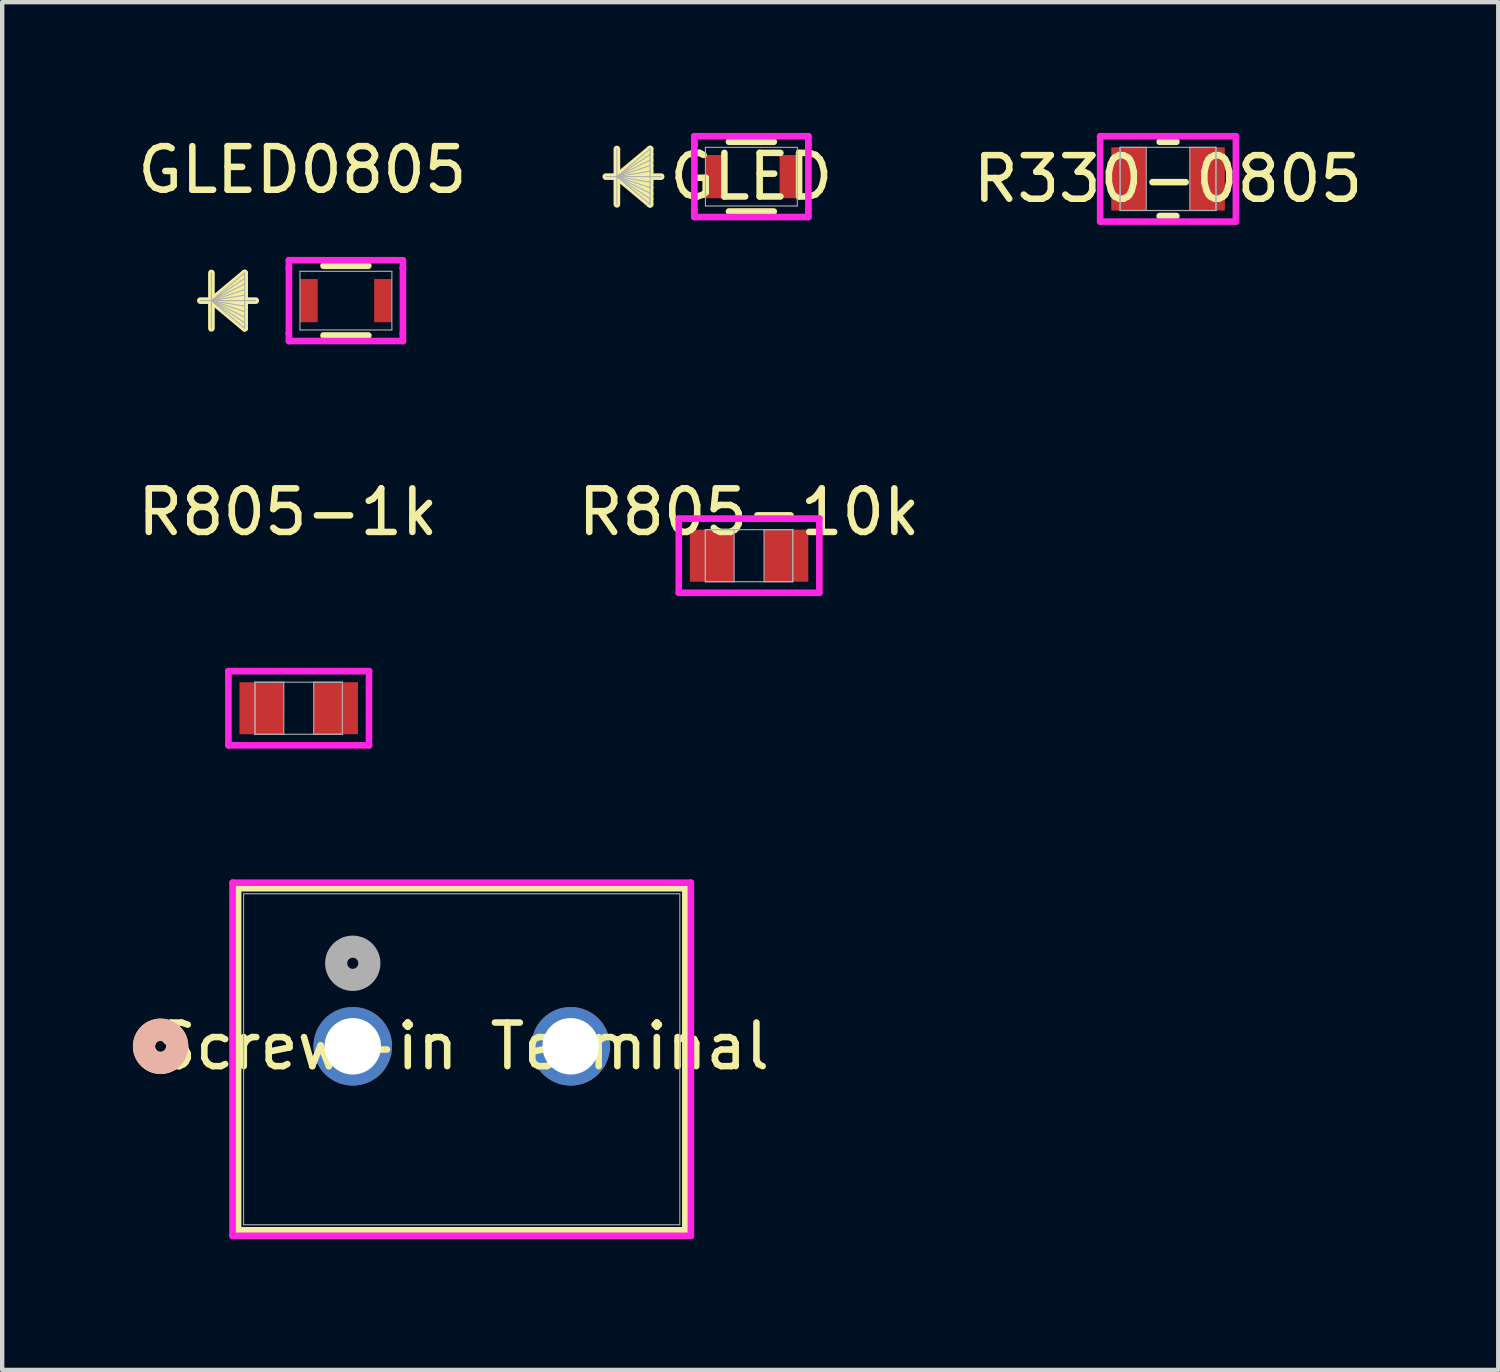
<source format=kicad_pcb>
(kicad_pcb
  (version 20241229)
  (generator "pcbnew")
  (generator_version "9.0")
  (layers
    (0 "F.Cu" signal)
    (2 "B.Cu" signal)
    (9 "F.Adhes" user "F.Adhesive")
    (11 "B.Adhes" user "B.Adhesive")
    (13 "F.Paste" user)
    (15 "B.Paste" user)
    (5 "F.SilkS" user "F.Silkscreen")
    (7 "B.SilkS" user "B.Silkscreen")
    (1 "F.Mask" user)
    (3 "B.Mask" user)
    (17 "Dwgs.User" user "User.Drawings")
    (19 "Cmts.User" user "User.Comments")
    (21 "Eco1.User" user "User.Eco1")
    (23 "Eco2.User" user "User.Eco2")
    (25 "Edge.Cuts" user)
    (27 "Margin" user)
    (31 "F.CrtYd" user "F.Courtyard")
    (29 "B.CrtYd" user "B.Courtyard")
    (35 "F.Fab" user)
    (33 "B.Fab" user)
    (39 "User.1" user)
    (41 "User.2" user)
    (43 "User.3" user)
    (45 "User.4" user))
  (footprint "GLED"
    (layer "F.Cu")
    (at 14.19 1.003)
    (property "Reference" "GLED" (at 0 0 0) (unlocked yes) (layer "F.SilkS") (effects (font (size 1 1) (thickness 0.15))))
    (attr smd)
    (fp_line (start -3.086 -0.635) (end -3.086 0.635) (stroke (width 0.152) (type solid)) (layer "F.SilkS"))
    (fp_line (start -3.086 0) (end -2.324 -0.635) (stroke (width 0.152) (type solid)) (layer "F.SilkS"))
    (fp_line (start -3.086 0) (end -2.324 -0.508) (stroke (width 0.152) (type solid)) (layer "F.SilkS"))
    (fp_line (start -3.086 0) (end -2.324 -0.381) (stroke (width 0.152) (type solid)) (layer "F.SilkS"))
    (fp_line (start -3.086 0) (end -2.324 -0.254) (stroke (width 0.152) (type solid)) (layer "F.SilkS"))
    (fp_line (start -3.086 0) (end -2.324 -0.127) (stroke (width 0.152) (type solid)) (layer "F.SilkS"))
    (fp_line (start -3.086 0) (end -2.324 0.127) (stroke (width 0.152) (type solid)) (layer "F.SilkS"))
    (fp_line (start -3.086 0) (end -2.324 0.254) (stroke (width 0.152) (type solid)) (layer "F.SilkS"))
    (fp_line (start -3.086 0) (end -2.324 0.381) (stroke (width 0.152) (type solid)) (layer "F.SilkS"))
    (fp_line (start -3.086 0) (end -2.324 0.508) (stroke (width 0.152) (type solid)) (layer "F.SilkS"))
    (fp_line (start -3.086 0) (end -2.324 0.635) (stroke (width 0.152) (type solid)) (layer "F.SilkS"))
    (fp_line (start -2.324 -0.635) (end -2.324 0.635) (stroke (width 0.152) (type solid)) (layer "F.SilkS"))
    (fp_line (start -2.07 0) (end -3.34 0) (stroke (width 0.152) (type solid)) (layer "F.SilkS"))
    (fp_line (start -0.514 0.8) (end 0.514 0.8) (stroke (width 0.152) (type solid)) (layer "F.SilkS"))
    (fp_line (start 0.514 -0.8) (end -0.514 -0.8) (stroke (width 0.152) (type solid)) (layer "F.SilkS"))
    (fp_line (start -1.308 -0.927) (end 1.308 -0.927) (stroke (width 0.152) (type solid)) (layer "F.CrtYd"))
    (fp_line (start -1.308 -0.749) (end -1.308 -0.927) (stroke (width 0.152) (type solid)) (layer "F.CrtYd"))
    (fp_line (start -1.308 -0.749) (end -1.308 -0.749) (stroke (width 0.152) (type solid)) (layer "F.CrtYd"))
    (fp_line (start -1.308 0.749) (end -1.308 -0.749) (stroke (width 0.152) (type solid)) (layer "F.CrtYd"))
    (fp_line (start -1.308 0.749) (end -1.308 0.749) (stroke (width 0.152) (type solid)) (layer "F.CrtYd"))
    (fp_line (start -1.308 0.927) (end -1.308 0.749) (stroke (width 0.152) (type solid)) (layer "F.CrtYd"))
    (fp_line (start 1.308 -0.927) (end 1.308 -0.749) (stroke (width 0.152) (type solid)) (layer "F.CrtYd"))
    (fp_line (start 1.308 -0.749) (end 1.308 -0.749) (stroke (width 0.152) (type solid)) (layer "F.CrtYd"))
    (fp_line (start 1.308 -0.749) (end 1.308 0.749) (stroke (width 0.152) (type solid)) (layer "F.CrtYd"))
    (fp_line (start 1.308 0.749) (end 1.308 0.749) (stroke (width 0.152) (type solid)) (layer "F.CrtYd"))
    (fp_line (start 1.308 0.749) (end 1.308 0.927) (stroke (width 0.152) (type solid)) (layer "F.CrtYd"))
    (fp_line (start 1.308 0.927) (end -1.308 0.927) (stroke (width 0.152) (type solid)) (layer "F.CrtYd"))
    (fp_line (start -3.086 -0.635) (end -3.086 0.635) (stroke (width 0.025) (type solid)) (layer "F.Fab"))
    (fp_line (start -3.086 0) (end -2.324 -0.635) (stroke (width 0.025) (type solid)) (layer "F.Fab"))
    (fp_line (start -3.086 0) (end -2.324 -0.508) (stroke (width 0.025) (type solid)) (layer "F.Fab"))
    (fp_line (start -3.086 0) (end -2.324 -0.381) (stroke (width 0.025) (type solid)) (layer "F.Fab"))
    (fp_line (start -3.086 0) (end -2.324 -0.254) (stroke (width 0.025) (type solid)) (layer "F.Fab"))
    (fp_line (start -3.086 0) (end -2.324 -0.127) (stroke (width 0.025) (type solid)) (layer "F.Fab"))
    (fp_line (start -3.086 0) (end -2.324 0.127) (stroke (width 0.025) (type solid)) (layer "F.Fab"))
    (fp_line (start -3.086 0) (end -2.324 0.254) (stroke (width 0.025) (type solid)) (layer "F.Fab"))
    (fp_line (start -3.086 0) (end -2.324 0.381) (stroke (width 0.025) (type solid)) (layer "F.Fab"))
    (fp_line (start -3.086 0) (end -2.324 0.508) (stroke (width 0.025) (type solid)) (layer "F.Fab"))
    (fp_line (start -3.086 0) (end -2.324 0.635) (stroke (width 0.025) (type solid)) (layer "F.Fab"))
    (fp_line (start -2.324 -0.635) (end -2.324 0.635) (stroke (width 0.025) (type solid)) (layer "F.Fab"))
    (fp_line (start -2.07 0) (end -3.34 0) (stroke (width 0.025) (type solid)) (layer "F.Fab"))
    (fp_line (start -1.054 -0.673) (end -1.054 0.673) (stroke (width 0.025) (type solid)) (layer "F.Fab"))
    (fp_line (start -1.054 0.673) (end 1.054 0.673) (stroke (width 0.025) (type solid)) (layer "F.Fab"))
    (fp_line (start 1.054 -0.673) (end -1.054 -0.673) (stroke (width 0.025) (type solid)) (layer "F.Fab"))
    (fp_line (start 1.054 0.673) (end 1.054 -0.673) (stroke (width 0.025) (type solid)) (layer "F.Fab"))
    (pad "1" smd rect (at -0.851 0) (size 0.406 0.991) (layers "F.Cu" "F.Mask" "F.Paste"))
    (pad "2" smd rect (at 0.851 0) (size 0.406 0.991) (layers "F.Cu" "F.Mask" "F.Paste"))
    (zone (net_name "") (layer "F.Cu") (hatch full 0.508) (connect_pads) (min_thickness 0.254) (filled_areas_thickness no) (keepout (tracks not_allowed) (vias not_allowed) (pads allowed) (copperpour not_allowed) (footprints allowed)) (placement (enabled no)) (fill) (polygon (pts (xy 13.593 0.381) (xy 14.787 0.381) (xy 14.787 1.626) (xy 13.593 1.626)))))
  (footprint "Screw-in Terminal"
    (layer "F.Cu")
    (at 5.044 20.957)
    (property "Reference" "Screw-in Terminal" (at 2.5 0 0) (unlocked yes) (layer "F.SilkS") (effects (font (size 1 1) (thickness 0.15))))
    (attr through_hole)
    (fp_line (start -2.631 -3.627) (end -2.631 4.222) (stroke (width 0.152) (type solid)) (layer "F.SilkS"))
    (fp_line (start -2.631 4.222) (end 7.631 4.222) (stroke (width 0.152) (type solid)) (layer "F.SilkS"))
    (fp_line (start 7.631 -3.627) (end -2.631 -3.627) (stroke (width 0.152) (type solid)) (layer "F.SilkS"))
    (fp_line (start 7.631 4.222) (end 7.631 -3.627) (stroke (width 0.152) (type solid)) (layer "F.SilkS"))
    (fp_circle (center -4.409 0) (end -4.028 0) (stroke (width 0.508) (type solid)) (fill no) (layer "F.SilkS"))
    (fp_circle (center -4.409 0) (end -4.028 0) (stroke (width 0.508) (type solid)) (fill no) (layer "B.SilkS"))
    (fp_line (start -2.758 -3.754) (end -2.758 4.349) (stroke (width 0.152) (type solid)) (layer "F.CrtYd"))
    (fp_line (start -2.758 4.349) (end 7.758 4.349) (stroke (width 0.152) (type solid)) (layer "F.CrtYd"))
    (fp_line (start 7.758 -3.754) (end -2.758 -3.754) (stroke (width 0.152) (type solid)) (layer "F.CrtYd"))
    (fp_line (start 7.758 4.349) (end 7.758 -3.754) (stroke (width 0.152) (type solid)) (layer "F.CrtYd"))
    (fp_line (start -2.504 -3.5) (end -2.504 4.095) (stroke (width 0.025) (type solid)) (layer "F.Fab"))
    (fp_line (start -2.504 4.095) (end 7.504 4.095) (stroke (width 0.025) (type solid)) (layer "F.Fab"))
    (fp_line (start 7.504 -3.5) (end -2.504 -3.5) (stroke (width 0.025) (type solid)) (layer "F.Fab"))
    (fp_line (start 7.504 4.095) (end 7.504 -3.5) (stroke (width 0.025) (type solid)) (layer "F.Fab"))
    (fp_circle (center 0 -1.905) (end 0.381 -1.905) (stroke (width 0.508) (type solid)) (fill no) (layer "F.Fab"))
    (pad "1" thru_hole circle (at 0 0) (size 1.803 1.803) (drill 1.295) (layers "*.Cu" "*.Mask"))
    (pad "2" thru_hole circle (at 5 0) (size 1.803 1.803) (drill 1.295) (layers "*.Cu" "*.Mask")))
  (footprint "GLED0805"
    (layer "F.Cu")
    (at 4.887 3.848)
    (property "Reference" "GLED0805" (at -1 -3 0) (unlocked yes) (layer "F.SilkS") (effects (font (size 1 1) (thickness 0.15))))
    (attr smd)
    (fp_line (start -3.086 -0.635) (end -3.086 0.635) (stroke (width 0.152) (type solid)) (layer "F.SilkS"))
    (fp_line (start -3.086 0) (end -2.324 -0.635) (stroke (width 0.152) (type solid)) (layer "F.SilkS"))
    (fp_line (start -3.086 0) (end -2.324 -0.508) (stroke (width 0.152) (type solid)) (layer "F.SilkS"))
    (fp_line (start -3.086 0) (end -2.324 -0.381) (stroke (width 0.152) (type solid)) (layer "F.SilkS"))
    (fp_line (start -3.086 0) (end -2.324 -0.254) (stroke (width 0.152) (type solid)) (layer "F.SilkS"))
    (fp_line (start -3.086 0) (end -2.324 -0.127) (stroke (width 0.152) (type solid)) (layer "F.SilkS"))
    (fp_line (start -3.086 0) (end -2.324 0.127) (stroke (width 0.152) (type solid)) (layer "F.SilkS"))
    (fp_line (start -3.086 0) (end -2.324 0.254) (stroke (width 0.152) (type solid)) (layer "F.SilkS"))
    (fp_line (start -3.086 0) (end -2.324 0.381) (stroke (width 0.152) (type solid)) (layer "F.SilkS"))
    (fp_line (start -3.086 0) (end -2.324 0.508) (stroke (width 0.152) (type solid)) (layer "F.SilkS"))
    (fp_line (start -3.086 0) (end -2.324 0.635) (stroke (width 0.152) (type solid)) (layer "F.SilkS"))
    (fp_line (start -2.324 -0.635) (end -2.324 0.635) (stroke (width 0.152) (type solid)) (layer "F.SilkS"))
    (fp_line (start -2.07 0) (end -3.34 0) (stroke (width 0.152) (type solid)) (layer "F.SilkS"))
    (fp_line (start -0.514 0.8) (end 0.514 0.8) (stroke (width 0.152) (type solid)) (layer "F.SilkS"))
    (fp_line (start 0.514 -0.8) (end -0.514 -0.8) (stroke (width 0.152) (type solid)) (layer "F.SilkS"))
    (fp_line (start -1.308 -0.927) (end 1.308 -0.927) (stroke (width 0.152) (type solid)) (layer "F.CrtYd"))
    (fp_line (start -1.308 -0.749) (end -1.308 -0.927) (stroke (width 0.152) (type solid)) (layer "F.CrtYd"))
    (fp_line (start -1.308 -0.749) (end -1.308 -0.749) (stroke (width 0.152) (type solid)) (layer "F.CrtYd"))
    (fp_line (start -1.308 0.749) (end -1.308 -0.749) (stroke (width 0.152) (type solid)) (layer "F.CrtYd"))
    (fp_line (start -1.308 0.749) (end -1.308 0.749) (stroke (width 0.152) (type solid)) (layer "F.CrtYd"))
    (fp_line (start -1.308 0.927) (end -1.308 0.749) (stroke (width 0.152) (type solid)) (layer "F.CrtYd"))
    (fp_line (start 1.308 -0.927) (end 1.308 -0.749) (stroke (width 0.152) (type solid)) (layer "F.CrtYd"))
    (fp_line (start 1.308 -0.749) (end 1.308 -0.749) (stroke (width 0.152) (type solid)) (layer "F.CrtYd"))
    (fp_line (start 1.308 -0.749) (end 1.308 0.749) (stroke (width 0.152) (type solid)) (layer "F.CrtYd"))
    (fp_line (start 1.308 0.749) (end 1.308 0.749) (stroke (width 0.152) (type solid)) (layer "F.CrtYd"))
    (fp_line (start 1.308 0.749) (end 1.308 0.927) (stroke (width 0.152) (type solid)) (layer "F.CrtYd"))
    (fp_line (start 1.308 0.927) (end -1.308 0.927) (stroke (width 0.152) (type solid)) (layer "F.CrtYd"))
    (fp_line (start -3.086 -0.635) (end -3.086 0.635) (stroke (width 0.025) (type solid)) (layer "F.Fab"))
    (fp_line (start -3.086 0) (end -2.324 -0.635) (stroke (width 0.025) (type solid)) (layer "F.Fab"))
    (fp_line (start -3.086 0) (end -2.324 -0.508) (stroke (width 0.025) (type solid)) (layer "F.Fab"))
    (fp_line (start -3.086 0) (end -2.324 -0.381) (stroke (width 0.025) (type solid)) (layer "F.Fab"))
    (fp_line (start -3.086 0) (end -2.324 -0.254) (stroke (width 0.025) (type solid)) (layer "F.Fab"))
    (fp_line (start -3.086 0) (end -2.324 -0.127) (stroke (width 0.025) (type solid)) (layer "F.Fab"))
    (fp_line (start -3.086 0) (end -2.324 0.127) (stroke (width 0.025) (type solid)) (layer "F.Fab"))
    (fp_line (start -3.086 0) (end -2.324 0.254) (stroke (width 0.025) (type solid)) (layer "F.Fab"))
    (fp_line (start -3.086 0) (end -2.324 0.381) (stroke (width 0.025) (type solid)) (layer "F.Fab"))
    (fp_line (start -3.086 0) (end -2.324 0.508) (stroke (width 0.025) (type solid)) (layer "F.Fab"))
    (fp_line (start -3.086 0) (end -2.324 0.635) (stroke (width 0.025) (type solid)) (layer "F.Fab"))
    (fp_line (start -2.324 -0.635) (end -2.324 0.635) (stroke (width 0.025) (type solid)) (layer "F.Fab"))
    (fp_line (start -2.07 0) (end -3.34 0) (stroke (width 0.025) (type solid)) (layer "F.Fab"))
    (fp_line (start -1.054 -0.673) (end -1.054 0.673) (stroke (width 0.025) (type solid)) (layer "F.Fab"))
    (fp_line (start -1.054 0.673) (end 1.054 0.673) (stroke (width 0.025) (type solid)) (layer "F.Fab"))
    (fp_line (start 1.054 -0.673) (end -1.054 -0.673) (stroke (width 0.025) (type solid)) (layer "F.Fab"))
    (fp_line (start 1.054 0.673) (end 1.054 -0.673) (stroke (width 0.025) (type solid)) (layer "F.Fab"))
    (pad "1" smd rect (at -0.851 0) (size 0.406 0.991) (layers "F.Cu" "F.Mask" "F.Paste"))
    (pad "2" smd rect (at 0.851 0) (size 0.406 0.991) (layers "F.Cu" "F.Mask" "F.Paste"))
    (zone (net_name "") (layer "F.Cu") (hatch full 0.508) (connect_pads) (min_thickness 0.254) (filled_areas_thickness no) (keepout (tracks not_allowed) (vias not_allowed) (pads allowed) (copperpour not_allowed) (footprints allowed)) (placement (enabled no)) (fill) (polygon (pts (xy 4.29 3.226) (xy 5.484 3.226) (xy 5.484 4.471) (xy 4.29 4.471)))))
  (footprint "R330-0805"
    (layer "F.Cu")
    (at 23.75 1.055)
    (property "Reference" "R330-0805" (at 0 0 0) (unlocked yes) (layer "F.SilkS") (effects (font (size 1 1) (thickness 0.15))))
    (attr smd)
    (fp_line (start -0.192 0.852) (end 0.192 0.852) (stroke (width 0.152) (type solid)) (layer "F.SilkS"))
    (fp_line (start 0.192 -0.852) (end -0.192 -0.852) (stroke (width 0.152) (type solid)) (layer "F.SilkS"))
    (fp_line (start -1.557 -0.979) (end 1.557 -0.979) (stroke (width 0.152) (type solid)) (layer "F.CrtYd"))
    (fp_line (start -1.557 0.979) (end -1.557 -0.979) (stroke (width 0.152) (type solid)) (layer "F.CrtYd"))
    (fp_line (start 1.557 -0.979) (end 1.557 0.979) (stroke (width 0.152) (type solid)) (layer "F.CrtYd"))
    (fp_line (start 1.557 0.979) (end -1.557 0.979) (stroke (width 0.152) (type solid)) (layer "F.CrtYd"))
    (fp_line (start -1.1 -0.725) (end -1.1 0.725) (stroke (width 0.025) (type solid)) (layer "F.Fab"))
    (fp_line (start -1.1 -0.725) (end -1.1 0.725) (stroke (width 0.025) (type solid)) (layer "F.Fab"))
    (fp_line (start -1.1 0.725) (end -0.5 0.725) (stroke (width 0.025) (type solid)) (layer "F.Fab"))
    (fp_line (start -1.1 0.725) (end 1.1 0.725) (stroke (width 0.025) (type solid)) (layer "F.Fab"))
    (fp_line (start -0.5 -0.725) (end -1.1 -0.725) (stroke (width 0.025) (type solid)) (layer "F.Fab"))
    (fp_line (start -0.5 0.725) (end -0.5 -0.725) (stroke (width 0.025) (type solid)) (layer "F.Fab"))
    (fp_line (start 0.5 -0.725) (end 0.5 0.725) (stroke (width 0.025) (type solid)) (layer "F.Fab"))
    (fp_line (start 0.5 0.725) (end 1.1 0.725) (stroke (width 0.025) (type solid)) (layer "F.Fab"))
    (fp_line (start 1.1 -0.725) (end -1.1 -0.725) (stroke (width 0.025) (type solid)) (layer "F.Fab"))
    (fp_line (start 1.1 -0.725) (end 0.5 -0.725) (stroke (width 0.025) (type solid)) (layer "F.Fab"))
    (fp_line (start 1.1 0.725) (end 1.1 -0.725) (stroke (width 0.025) (type solid)) (layer "F.Fab"))
    (fp_line (start 1.1 0.725) (end 1.1 -0.725) (stroke (width 0.025) (type solid)) (layer "F.Fab"))
    (pad "1" smd rect (at -0.902 0) (size 0.803 1.45) (layers "F.Cu" "F.Mask" "F.Paste"))
    (pad "2" smd rect (at 0.902 0) (size 0.803 1.45) (layers "F.Cu" "F.Mask" "F.Paste"))
    (zone (net_name "") (layer "F.Cu") (hatch full 0.508) (connect_pads) (min_thickness 0.254) (filled_areas_thickness no) (keepout (tracks not_allowed) (vias not_allowed) (pads allowed) (copperpour not_allowed) (footprints allowed)) (placement (enabled no)) (fill) (polygon (pts (xy 23.3 0.381) (xy 24.199 0.381) (xy 24.199 1.729) (xy 23.3 1.729)))))
  (footprint "R805-10k"
    (layer "F.Cu")
    (at 14.137 9.7)
    (property "Reference" "R805-10k" (at 0 -1 0) (unlocked yes) (layer "F.SilkS") (effects (font (size 1 1) (thickness 0.15))))
    (attr smd)
    (fp_line (start -1.613 -0.851) (end 1.613 -0.851) (stroke (width 0.152) (type solid)) (layer "F.CrtYd"))
    (fp_line (start -1.613 0.851) (end -1.613 -0.851) (stroke (width 0.152) (type solid)) (layer "F.CrtYd"))
    (fp_line (start 1.613 -0.851) (end 1.613 0.851) (stroke (width 0.152) (type solid)) (layer "F.CrtYd"))
    (fp_line (start 1.613 0.851) (end -1.613 0.851) (stroke (width 0.152) (type solid)) (layer "F.CrtYd"))
    (fp_line (start -1.003 -0.597) (end -1.003 0.597) (stroke (width 0.025) (type solid)) (layer "F.Fab"))
    (fp_line (start -1.003 -0.597) (end -1.003 0.597) (stroke (width 0.025) (type solid)) (layer "F.Fab"))
    (fp_line (start -1.003 0.597) (end -0.343 0.597) (stroke (width 0.025) (type solid)) (layer "F.Fab"))
    (fp_line (start -1.003 0.597) (end 1.003 0.597) (stroke (width 0.025) (type solid)) (layer "F.Fab"))
    (fp_line (start -0.343 -0.597) (end -1.003 -0.597) (stroke (width 0.025) (type solid)) (layer "F.Fab"))
    (fp_line (start -0.343 0.597) (end -0.343 -0.597) (stroke (width 0.025) (type solid)) (layer "F.Fab"))
    (fp_line (start 0.343 -0.597) (end 0.343 0.597) (stroke (width 0.025) (type solid)) (layer "F.Fab"))
    (fp_line (start 0.343 0.597) (end 1.003 0.597) (stroke (width 0.025) (type solid)) (layer "F.Fab"))
    (fp_line (start 1.003 -0.597) (end -1.003 -0.597) (stroke (width 0.025) (type solid)) (layer "F.Fab"))
    (fp_line (start 1.003 -0.597) (end 0.343 -0.597) (stroke (width 0.025) (type solid)) (layer "F.Fab"))
    (fp_line (start 1.003 0.597) (end 1.003 -0.597) (stroke (width 0.025) (type solid)) (layer "F.Fab"))
    (fp_line (start 1.003 0.597) (end 1.003 -0.597) (stroke (width 0.025) (type solid)) (layer "F.Fab"))
    (pad "1" smd rect (at -0.851 0) (size 1.016 1.194) (layers "F.Cu" "F.Mask" "F.Paste"))
    (pad "2" smd rect (at 0.851 0) (size 1.016 1.194) (layers "F.Cu" "F.Mask" "F.Paste"))
    (zone (net_name "") (layer "F.Cu") (hatch full 0.508) (connect_pads) (min_thickness 0.254) (filled_areas_thickness no) (keepout (tracks not_allowed) (vias not_allowed) (pads allowed) (copperpour not_allowed) (footprints allowed)) (placement (enabled no)) (fill) (polygon (pts (xy 13.845 9.154) (xy 14.429 9.154) (xy 14.429 10.246) (xy 13.845 10.246)))))
  (footprint "R805-1k"
    (layer "F.Cu")
    (at 3.804 13.2)
    (property "Reference" "R805-1k" (at -0.25 -4.5 0) (unlocked yes) (layer "F.SilkS") (effects (font (size 1 1) (thickness 0.15))))
    (attr smd)
    (fp_line (start -1.613 -0.851) (end 1.613 -0.851) (stroke (width 0.152) (type solid)) (layer "F.CrtYd"))
    (fp_line (start -1.613 0.851) (end -1.613 -0.851) (stroke (width 0.152) (type solid)) (layer "F.CrtYd"))
    (fp_line (start 1.613 -0.851) (end 1.613 0.851) (stroke (width 0.152) (type solid)) (layer "F.CrtYd"))
    (fp_line (start 1.613 0.851) (end -1.613 0.851) (stroke (width 0.152) (type solid)) (layer "F.CrtYd"))
    (fp_line (start -1.003 -0.597) (end -1.003 0.597) (stroke (width 0.025) (type solid)) (layer "F.Fab"))
    (fp_line (start -1.003 -0.597) (end -1.003 0.597) (stroke (width 0.025) (type solid)) (layer "F.Fab"))
    (fp_line (start -1.003 0.597) (end -0.343 0.597) (stroke (width 0.025) (type solid)) (layer "F.Fab"))
    (fp_line (start -1.003 0.597) (end 1.003 0.597) (stroke (width 0.025) (type solid)) (layer "F.Fab"))
    (fp_line (start -0.343 -0.597) (end -1.003 -0.597) (stroke (width 0.025) (type solid)) (layer "F.Fab"))
    (fp_line (start -0.343 0.597) (end -0.343 -0.597) (stroke (width 0.025) (type solid)) (layer "F.Fab"))
    (fp_line (start 0.343 -0.597) (end 0.343 0.597) (stroke (width 0.025) (type solid)) (layer "F.Fab"))
    (fp_line (start 0.343 0.597) (end 1.003 0.597) (stroke (width 0.025) (type solid)) (layer "F.Fab"))
    (fp_line (start 1.003 -0.597) (end -1.003 -0.597) (stroke (width 0.025) (type solid)) (layer "F.Fab"))
    (fp_line (start 1.003 -0.597) (end 0.343 -0.597) (stroke (width 0.025) (type solid)) (layer "F.Fab"))
    (fp_line (start 1.003 0.597) (end 1.003 -0.597) (stroke (width 0.025) (type solid)) (layer "F.Fab"))
    (fp_line (start 1.003 0.597) (end 1.003 -0.597) (stroke (width 0.025) (type solid)) (layer "F.Fab"))
    (pad "1" smd rect (at -0.851 0) (size 1.016 1.194) (layers "F.Cu" "F.Mask" "F.Paste"))
    (pad "2" smd rect (at 0.851 0) (size 1.016 1.194) (layers "F.Cu" "F.Mask" "F.Paste"))
    (zone (net_name "") (layer "F.Cu") (hatch full 0.508) (connect_pads) (min_thickness 0.254) (filled_areas_thickness no) (keepout (tracks not_allowed) (vias not_allowed) (pads allowed) (copperpour not_allowed) (footprints allowed)) (placement (enabled no)) (fill) (polygon (pts (xy 3.511 12.654) (xy 4.096 12.654) (xy 4.096 13.746) (xy 3.511 13.746)))))
  (gr_rect
    (start -3 -3)
    (end 31.327 28.382)
    (stroke (width 0.1) (type default))
    (fill no)
    (layer "Edge.Cuts")))
</source>
